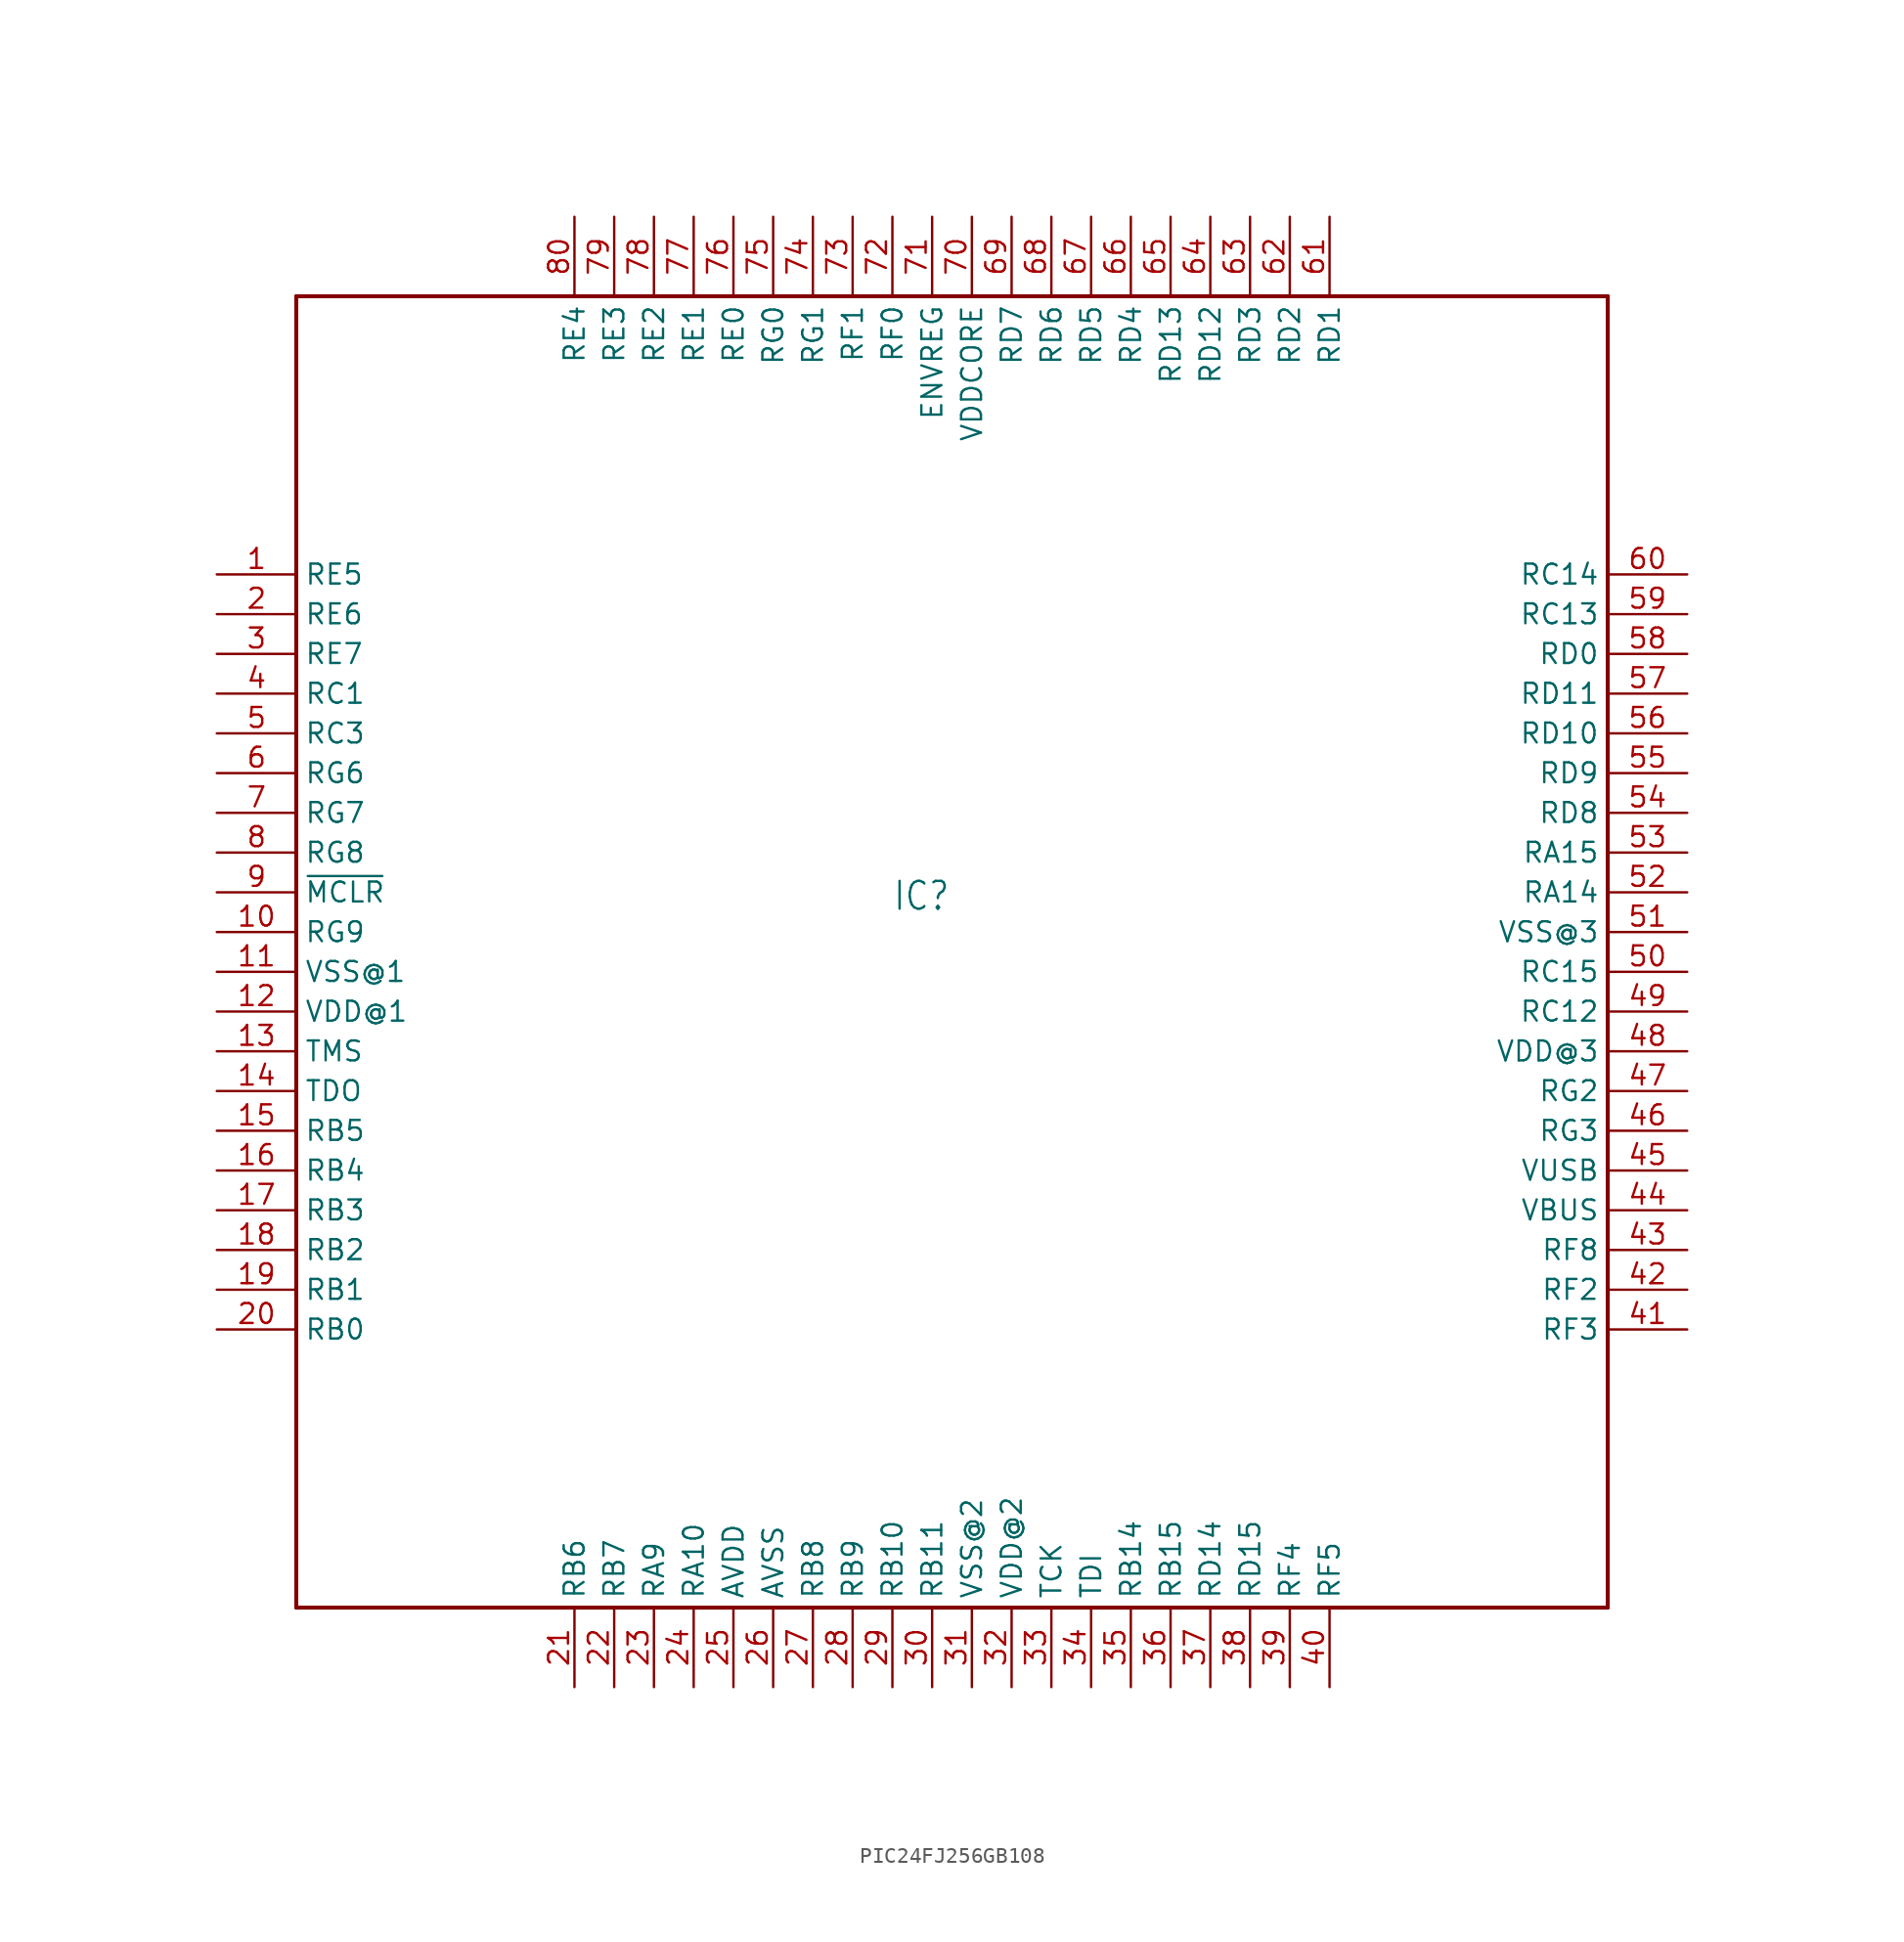
<source format=kicad_sym>
(kicad_symbol_lib
  (version 20220914)
  (generator kicad_symbol_editor)
  (symbol "PIC24FJ256GB108"
    (property "Reference" "IC"
      (at -5.08 1.27 0)
      (effects (font (size 1.778 1.511)) (justify left bottom)))
    (property "Value" ""
      (at -5.08 -2.54 0)
      (effects (font (size 1.778 1.511)) (justify left bottom)))
    (property "ki_locked" ""
      (at 0 0 0)
      (effects (font (size 1.27 1.27))))
    (symbol "PIC24FJ256GB108_1_0"
      (polyline (pts (xy -43.18 -43.18) (xy 40.64 -43.18)) (stroke (width 0.254) (type solid)) (fill (type none)))
      (polyline (pts (xy -43.18 40.64) (xy -43.18 -43.18)) (stroke (width 0.254) (type solid)) (fill (type none)))
      (polyline (pts (xy 40.64 -43.18) (xy 40.64 40.64)) (stroke (width 0.254) (type solid)) (fill (type none)))
      (polyline (pts (xy 40.64 40.64) (xy -43.18 40.64)) (stroke (width 0.254) (type solid)) (fill (type none)))
      (pin bidirectional line (at -48.26 22.86 0) (length 5.08) (name "RE5" (effects (font (size 1.27 1.27)))) (number "1" (effects (font (size 1.27 1.27)))))
      (pin bidirectional line (at -48.26 0 0) (length 5.08) (name "RG9" (effects (font (size 1.27 1.27)))) (number "10" (effects (font (size 1.27 1.27)))))
      (pin power_in line (at -48.26 -2.54 0) (length 5.08) (name "VSS@1" (effects (font (size 1.27 1.27)))) (number "11" (effects (font (size 1.27 1.27)))))
      (pin power_in line (at -48.26 -5.08 0) (length 5.08) (name "VDD@1" (effects (font (size 1.27 1.27)))) (number "12" (effects (font (size 1.27 1.27)))))
      (pin input line (at -48.26 -7.62 0) (length 5.08) (name "TMS" (effects (font (size 1.27 1.27)))) (number "13" (effects (font (size 1.27 1.27)))))
      (pin output line (at -48.26 -10.16 0) (length 5.08) (name "TDO" (effects (font (size 1.27 1.27)))) (number "14" (effects (font (size 1.27 1.27)))))
      (pin bidirectional line (at -48.26 -12.7 0) (length 5.08) (name "RB5" (effects (font (size 1.27 1.27)))) (number "15" (effects (font (size 1.27 1.27)))))
      (pin bidirectional line (at -48.26 -15.24 0) (length 5.08) (name "RB4" (effects (font (size 1.27 1.27)))) (number "16" (effects (font (size 1.27 1.27)))))
      (pin bidirectional line (at -48.26 -17.78 0) (length 5.08) (name "RB3" (effects (font (size 1.27 1.27)))) (number "17" (effects (font (size 1.27 1.27)))))
      (pin bidirectional line (at -48.26 -20.32 0) (length 5.08) (name "RB2" (effects (font (size 1.27 1.27)))) (number "18" (effects (font (size 1.27 1.27)))))
      (pin bidirectional line (at -48.26 -22.86 0) (length 5.08) (name "RB1" (effects (font (size 1.27 1.27)))) (number "19" (effects (font (size 1.27 1.27)))))
      (pin bidirectional line (at -48.26 20.32 0) (length 5.08) (name "RE6" (effects (font (size 1.27 1.27)))) (number "2" (effects (font (size 1.27 1.27)))))
      (pin bidirectional line (at -48.26 -25.4 0) (length 5.08) (name "RB0" (effects (font (size 1.27 1.27)))) (number "20" (effects (font (size 1.27 1.27)))))
      (pin bidirectional line (at -25.4 -48.26 90) (length 5.08) (name "RB6" (effects (font (size 1.27 1.27)))) (number "21" (effects (font (size 1.27 1.27)))))
      (pin bidirectional line (at -22.86 -48.26 90) (length 5.08) (name "RB7" (effects (font (size 1.27 1.27)))) (number "22" (effects (font (size 1.27 1.27)))))
      (pin bidirectional line (at -20.32 -48.26 90) (length 5.08) (name "RA9" (effects (font (size 1.27 1.27)))) (number "23" (effects (font (size 1.27 1.27)))))
      (pin bidirectional line (at -17.78 -48.26 90) (length 5.08) (name "RA10" (effects (font (size 1.27 1.27)))) (number "24" (effects (font (size 1.27 1.27)))))
      (pin power_in line (at -15.24 -48.26 90) (length 5.08) (name "AVDD" (effects (font (size 1.27 1.27)))) (number "25" (effects (font (size 1.27 1.27)))))
      (pin power_in line (at -12.7 -48.26 90) (length 5.08) (name "AVSS" (effects (font (size 1.27 1.27)))) (number "26" (effects (font (size 1.27 1.27)))))
      (pin bidirectional line (at -10.16 -48.26 90) (length 5.08) (name "RB8" (effects (font (size 1.27 1.27)))) (number "27" (effects (font (size 1.27 1.27)))))
      (pin bidirectional line (at -7.62 -48.26 90) (length 5.08) (name "RB9" (effects (font (size 1.27 1.27)))) (number "28" (effects (font (size 1.27 1.27)))))
      (pin bidirectional line (at -5.08 -48.26 90) (length 5.08) (name "RB10" (effects (font (size 1.27 1.27)))) (number "29" (effects (font (size 1.27 1.27)))))
      (pin bidirectional line (at -48.26 17.78 0) (length 5.08) (name "RE7" (effects (font (size 1.27 1.27)))) (number "3" (effects (font (size 1.27 1.27)))))
      (pin bidirectional line (at -2.54 -48.26 90) (length 5.08) (name "RB11" (effects (font (size 1.27 1.27)))) (number "30" (effects (font (size 1.27 1.27)))))
      (pin power_in line (at 0 -48.26 90) (length 5.08) (name "VSS@2" (effects (font (size 1.27 1.27)))) (number "31" (effects (font (size 1.27 1.27)))))
      (pin power_in line (at 2.54 -48.26 90) (length 5.08) (name "VDD@2" (effects (font (size 1.27 1.27)))) (number "32" (effects (font (size 1.27 1.27)))))
      (pin input line (at 5.08 -48.26 90) (length 5.08) (name "TCK" (effects (font (size 1.27 1.27)))) (number "33" (effects (font (size 1.27 1.27)))))
      (pin input line (at 7.62 -48.26 90) (length 5.08) (name "TDI" (effects (font (size 1.27 1.27)))) (number "34" (effects (font (size 1.27 1.27)))))
      (pin bidirectional line (at 10.16 -48.26 90) (length 5.08) (name "RB14" (effects (font (size 1.27 1.27)))) (number "35" (effects (font (size 1.27 1.27)))))
      (pin bidirectional line (at 12.7 -48.26 90) (length 5.08) (name "RB15" (effects (font (size 1.27 1.27)))) (number "36" (effects (font (size 1.27 1.27)))))
      (pin bidirectional line (at 15.24 -48.26 90) (length 5.08) (name "RD14" (effects (font (size 1.27 1.27)))) (number "37" (effects (font (size 1.27 1.27)))))
      (pin bidirectional line (at 17.78 -48.26 90) (length 5.08) (name "RD15" (effects (font (size 1.27 1.27)))) (number "38" (effects (font (size 1.27 1.27)))))
      (pin bidirectional line (at 20.32 -48.26 90) (length 5.08) (name "RF4" (effects (font (size 1.27 1.27)))) (number "39" (effects (font (size 1.27 1.27)))))
      (pin bidirectional line (at -48.26 15.24 0) (length 5.08) (name "RC1" (effects (font (size 1.27 1.27)))) (number "4" (effects (font (size 1.27 1.27)))))
      (pin bidirectional line (at 22.86 -48.26 90) (length 5.08) (name "RF5" (effects (font (size 1.27 1.27)))) (number "40" (effects (font (size 1.27 1.27)))))
      (pin bidirectional line (at 45.72 -25.4 180) (length 5.08) (name "RF3" (effects (font (size 1.27 1.27)))) (number "41" (effects (font (size 1.27 1.27)))))
      (pin bidirectional line (at 45.72 -22.86 180) (length 5.08) (name "RF2" (effects (font (size 1.27 1.27)))) (number "42" (effects (font (size 1.27 1.27)))))
      (pin bidirectional line (at 45.72 -20.32 180) (length 5.08) (name "RF8" (effects (font (size 1.27 1.27)))) (number "43" (effects (font (size 1.27 1.27)))))
      (pin passive line (at 45.72 -17.78 180) (length 5.08) (name "VBUS" (effects (font (size 1.27 1.27)))) (number "44" (effects (font (size 1.27 1.27)))))
      (pin passive line (at 45.72 -15.24 180) (length 5.08) (name "VUSB" (effects (font (size 1.27 1.27)))) (number "45" (effects (font (size 1.27 1.27)))))
      (pin bidirectional line (at 45.72 -12.7 180) (length 5.08) (name "RG3" (effects (font (size 1.27 1.27)))) (number "46" (effects (font (size 1.27 1.27)))))
      (pin bidirectional line (at 45.72 -10.16 180) (length 5.08) (name "RG2" (effects (font (size 1.27 1.27)))) (number "47" (effects (font (size 1.27 1.27)))))
      (pin power_in line (at 45.72 -7.62 180) (length 5.08) (name "VDD@3" (effects (font (size 1.27 1.27)))) (number "48" (effects (font (size 1.27 1.27)))))
      (pin bidirectional line (at 45.72 -5.08 180) (length 5.08) (name "RC12" (effects (font (size 1.27 1.27)))) (number "49" (effects (font (size 1.27 1.27)))))
      (pin bidirectional line (at -48.26 12.7 0) (length 5.08) (name "RC3" (effects (font (size 1.27 1.27)))) (number "5" (effects (font (size 1.27 1.27)))))
      (pin bidirectional line (at 45.72 -2.54 180) (length 5.08) (name "RC15" (effects (font (size 1.27 1.27)))) (number "50" (effects (font (size 1.27 1.27)))))
      (pin power_in line (at 45.72 0 180) (length 5.08) (name "VSS@3" (effects (font (size 1.27 1.27)))) (number "51" (effects (font (size 1.27 1.27)))))
      (pin bidirectional line (at 45.72 2.54 180) (length 5.08) (name "RA14" (effects (font (size 1.27 1.27)))) (number "52" (effects (font (size 1.27 1.27)))))
      (pin bidirectional line (at 45.72 5.08 180) (length 5.08) (name "RA15" (effects (font (size 1.27 1.27)))) (number "53" (effects (font (size 1.27 1.27)))))
      (pin bidirectional line (at 45.72 7.62 180) (length 5.08) (name "RD8" (effects (font (size 1.27 1.27)))) (number "54" (effects (font (size 1.27 1.27)))))
      (pin bidirectional line (at 45.72 10.16 180) (length 5.08) (name "RD9" (effects (font (size 1.27 1.27)))) (number "55" (effects (font (size 1.27 1.27)))))
      (pin bidirectional line (at 45.72 12.7 180) (length 5.08) (name "RD10" (effects (font (size 1.27 1.27)))) (number "56" (effects (font (size 1.27 1.27)))))
      (pin bidirectional line (at 45.72 15.24 180) (length 5.08) (name "RD11" (effects (font (size 1.27 1.27)))) (number "57" (effects (font (size 1.27 1.27)))))
      (pin bidirectional line (at 45.72 17.78 180) (length 5.08) (name "RD0" (effects (font (size 1.27 1.27)))) (number "58" (effects (font (size 1.27 1.27)))))
      (pin bidirectional line (at 45.72 20.32 180) (length 5.08) (name "RC13" (effects (font (size 1.27 1.27)))) (number "59" (effects (font (size 1.27 1.27)))))
      (pin bidirectional line (at -48.26 10.16 0) (length 5.08) (name "RG6" (effects (font (size 1.27 1.27)))) (number "6" (effects (font (size 1.27 1.27)))))
      (pin bidirectional line (at 45.72 22.86 180) (length 5.08) (name "RC14" (effects (font (size 1.27 1.27)))) (number "60" (effects (font (size 1.27 1.27)))))
      (pin bidirectional line (at 22.86 45.72 270) (length 5.08) (name "RD1" (effects (font (size 1.27 1.27)))) (number "61" (effects (font (size 1.27 1.27)))))
      (pin bidirectional line (at 20.32 45.72 270) (length 5.08) (name "RD2" (effects (font (size 1.27 1.27)))) (number "62" (effects (font (size 1.27 1.27)))))
      (pin bidirectional line (at 17.78 45.72 270) (length 5.08) (name "RD3" (effects (font (size 1.27 1.27)))) (number "63" (effects (font (size 1.27 1.27)))))
      (pin bidirectional line (at 15.24 45.72 270) (length 5.08) (name "RD12" (effects (font (size 1.27 1.27)))) (number "64" (effects (font (size 1.27 1.27)))))
      (pin bidirectional line (at 12.7 45.72 270) (length 5.08) (name "RD13" (effects (font (size 1.27 1.27)))) (number "65" (effects (font (size 1.27 1.27)))))
      (pin bidirectional line (at 10.16 45.72 270) (length 5.08) (name "RD4" (effects (font (size 1.27 1.27)))) (number "66" (effects (font (size 1.27 1.27)))))
      (pin bidirectional line (at 7.62 45.72 270) (length 5.08) (name "RD5" (effects (font (size 1.27 1.27)))) (number "67" (effects (font (size 1.27 1.27)))))
      (pin bidirectional line (at 5.08 45.72 270) (length 5.08) (name "RD6" (effects (font (size 1.27 1.27)))) (number "68" (effects (font (size 1.27 1.27)))))
      (pin bidirectional line (at 2.54 45.72 270) (length 5.08) (name "RD7" (effects (font (size 1.27 1.27)))) (number "69" (effects (font (size 1.27 1.27)))))
      (pin bidirectional line (at -48.26 7.62 0) (length 5.08) (name "RG7" (effects (font (size 1.27 1.27)))) (number "7" (effects (font (size 1.27 1.27)))))
      (pin power_in line (at 0 45.72 270) (length 5.08) (name "VDDCORE" (effects (font (size 1.27 1.27)))) (number "70" (effects (font (size 1.27 1.27)))))
      (pin passive line (at -2.54 45.72 270) (length 5.08) (name "ENVREG" (effects (font (size 1.27 1.27)))) (number "71" (effects (font (size 1.27 1.27)))))
      (pin bidirectional line (at -5.08 45.72 270) (length 5.08) (name "RF0" (effects (font (size 1.27 1.27)))) (number "72" (effects (font (size 1.27 1.27)))))
      (pin bidirectional line (at -7.62 45.72 270) (length 5.08) (name "RF1" (effects (font (size 1.27 1.27)))) (number "73" (effects (font (size 1.27 1.27)))))
      (pin bidirectional line (at -10.16 45.72 270) (length 5.08) (name "RG1" (effects (font (size 1.27 1.27)))) (number "74" (effects (font (size 1.27 1.27)))))
      (pin bidirectional line (at -12.7 45.72 270) (length 5.08) (name "RG0" (effects (font (size 1.27 1.27)))) (number "75" (effects (font (size 1.27 1.27)))))
      (pin bidirectional line (at -15.24 45.72 270) (length 5.08) (name "RE0" (effects (font (size 1.27 1.27)))) (number "76" (effects (font (size 1.27 1.27)))))
      (pin bidirectional line (at -17.78 45.72 270) (length 5.08) (name "RE1" (effects (font (size 1.27 1.27)))) (number "77" (effects (font (size 1.27 1.27)))))
      (pin bidirectional line (at -20.32 45.72 270) (length 5.08) (name "RE2" (effects (font (size 1.27 1.27)))) (number "78" (effects (font (size 1.27 1.27)))))
      (pin bidirectional line (at -22.86 45.72 270) (length 5.08) (name "RE3" (effects (font (size 1.27 1.27)))) (number "79" (effects (font (size 1.27 1.27)))))
      (pin bidirectional line (at -48.26 5.08 0) (length 5.08) (name "RG8" (effects (font (size 1.27 1.27)))) (number "8" (effects (font (size 1.27 1.27)))))
      (pin bidirectional line (at -25.4 45.72 270) (length 5.08) (name "RE4" (effects (font (size 1.27 1.27)))) (number "80" (effects (font (size 1.27 1.27)))))
      (pin bidirectional line (at -48.26 2.54 0) (length 5.08) (name "~{MCLR}" (effects (font (size 1.27 1.27)))) (number "9" (effects (font (size 1.27 1.27))))))))
</source>
